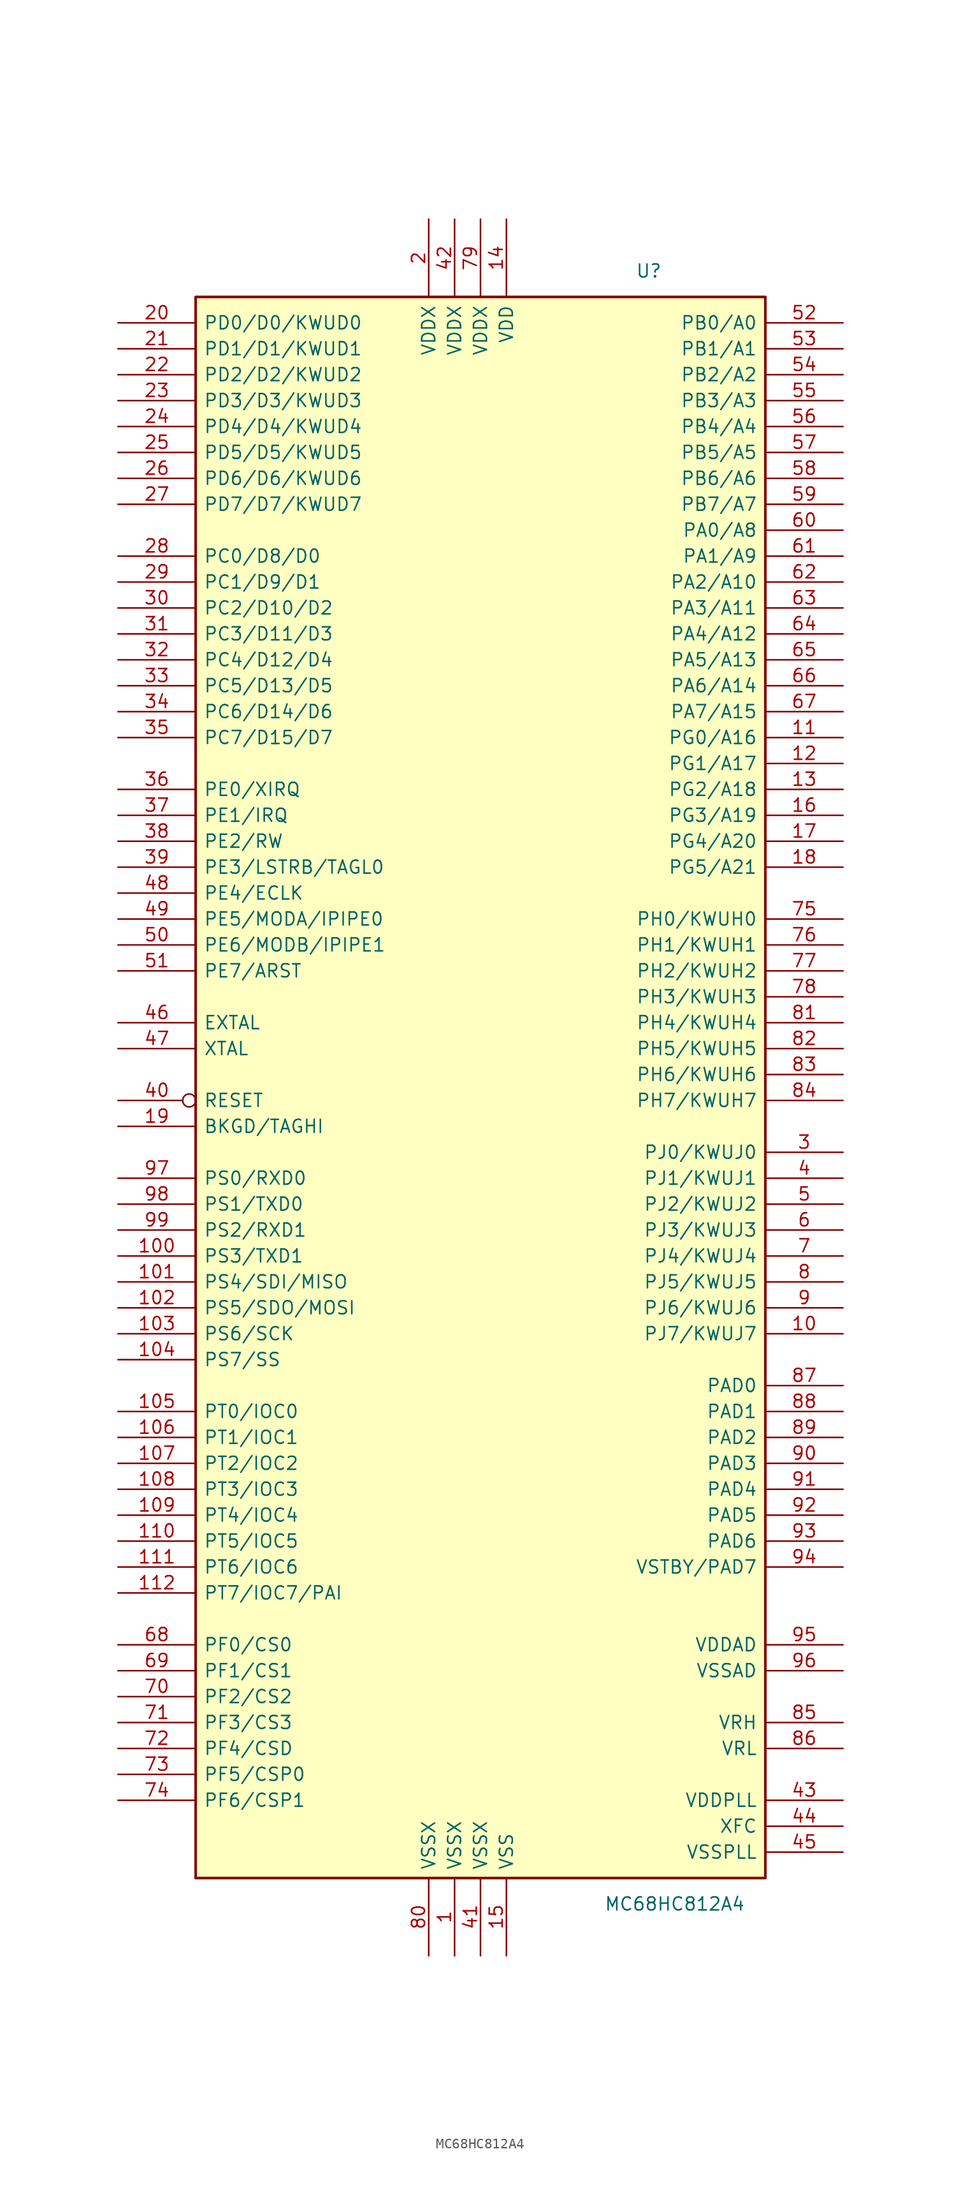
<source format=kicad_sym>
(kicad_symbol_lib
  (version 20201005)
  (generator kicad_symbol_editor)
  (symbol "MC68HC812A4"
    (pin_names
      (offset 0.762))
    (property "Reference" "U"
      (at 16.51 86.36 0)
      (effects (font (size 1.27 1.27))))
    (property "Value" "MC68HC812A4"
      (at 19.05 -73.66 0)
      (effects (font (size 1.27 1.27))))
    (symbol "MC68HC812A4_0_1"
      (rectangle (start -27.94 83.82) (end 27.94 -71.12) (stroke (width 0.254)) (fill (type background))))
    (symbol "MC68HC812A4_1_1"
      (pin power_in line (at -2.54 -78.74 90) (length 7.62) (name "VSSX" (effects (font (size 1.27 1.27)))) (number "1" (effects (font (size 1.27 1.27)))))
      (pin bidirectional line (at 35.56 -17.78 180) (length 7.62) (name "PJ7/KWUJ7" (effects (font (size 1.27 1.27)))) (number "10" (effects (font (size 1.27 1.27)))))
      (pin bidirectional line (at -35.56 -10.16 0) (length 7.62) (name "PS3/TXD1" (effects (font (size 1.27 1.27)))) (number "100" (effects (font (size 1.27 1.27)))))
      (pin bidirectional line (at -35.56 -12.7 0) (length 7.62) (name "PS4/SDI/MISO" (effects (font (size 1.27 1.27)))) (number "101" (effects (font (size 1.27 1.27)))))
      (pin bidirectional line (at -35.56 -15.24 0) (length 7.62) (name "PS5/SDO/MOSI" (effects (font (size 1.27 1.27)))) (number "102" (effects (font (size 1.27 1.27)))))
      (pin bidirectional line (at -35.56 -17.78 0) (length 7.62) (name "PS6/SCK" (effects (font (size 1.27 1.27)))) (number "103" (effects (font (size 1.27 1.27)))))
      (pin bidirectional line (at -35.56 -20.32 0) (length 7.62) (name "PS7/SS" (effects (font (size 1.27 1.27)))) (number "104" (effects (font (size 1.27 1.27)))))
      (pin bidirectional line (at -35.56 -25.4 0) (length 7.62) (name "PT0/IOC0" (effects (font (size 1.27 1.27)))) (number "105" (effects (font (size 1.27 1.27)))))
      (pin bidirectional line (at -35.56 -27.94 0) (length 7.62) (name "PT1/IOC1" (effects (font (size 1.27 1.27)))) (number "106" (effects (font (size 1.27 1.27)))))
      (pin bidirectional line (at -35.56 -30.48 0) (length 7.62) (name "PT2/IOC2" (effects (font (size 1.27 1.27)))) (number "107" (effects (font (size 1.27 1.27)))))
      (pin bidirectional line (at -35.56 -33.02 0) (length 7.62) (name "PT3/IOC3" (effects (font (size 1.27 1.27)))) (number "108" (effects (font (size 1.27 1.27)))))
      (pin bidirectional line (at -35.56 -35.56 0) (length 7.62) (name "PT4/IOC4" (effects (font (size 1.27 1.27)))) (number "109" (effects (font (size 1.27 1.27)))))
      (pin bidirectional line (at 35.56 40.64 180) (length 7.62) (name "PG0/A16" (effects (font (size 1.27 1.27)))) (number "11" (effects (font (size 1.27 1.27)))))
      (pin bidirectional line (at -35.56 -38.1 0) (length 7.62) (name "PT5/IOC5" (effects (font (size 1.27 1.27)))) (number "110" (effects (font (size 1.27 1.27)))))
      (pin bidirectional line (at -35.56 -40.64 0) (length 7.62) (name "PT6/IOC6" (effects (font (size 1.27 1.27)))) (number "111" (effects (font (size 1.27 1.27)))))
      (pin bidirectional line (at -35.56 -43.18 0) (length 7.62) (name "PT7/IOC7/PAI" (effects (font (size 1.27 1.27)))) (number "112" (effects (font (size 1.27 1.27)))))
      (pin bidirectional line (at 35.56 38.1 180) (length 7.62) (name "PG1/A17" (effects (font (size 1.27 1.27)))) (number "12" (effects (font (size 1.27 1.27)))))
      (pin bidirectional line (at 35.56 35.56 180) (length 7.62) (name "PG2/A18" (effects (font (size 1.27 1.27)))) (number "13" (effects (font (size 1.27 1.27)))))
      (pin power_in line (at 2.54 91.44 270) (length 7.62) (name "VDD" (effects (font (size 1.27 1.27)))) (number "14" (effects (font (size 1.27 1.27)))))
      (pin power_in line (at 2.54 -78.74 90) (length 7.62) (name "VSS" (effects (font (size 1.27 1.27)))) (number "15" (effects (font (size 1.27 1.27)))))
      (pin bidirectional line (at 35.56 33.02 180) (length 7.62) (name "PG3/A19" (effects (font (size 1.27 1.27)))) (number "16" (effects (font (size 1.27 1.27)))))
      (pin bidirectional line (at 35.56 30.48 180) (length 7.62) (name "PG4/A20" (effects (font (size 1.27 1.27)))) (number "17" (effects (font (size 1.27 1.27)))))
      (pin bidirectional line (at 35.56 27.94 180) (length 7.62) (name "PG5/A21" (effects (font (size 1.27 1.27)))) (number "18" (effects (font (size 1.27 1.27)))))
      (pin bidirectional line (at -35.56 2.54 0) (length 7.62) (name "BKGD/TAGHI" (effects (font (size 1.27 1.27)))) (number "19" (effects (font (size 1.27 1.27)))))
      (pin power_in line (at -5.08 91.44 270) (length 7.62) (name "VDDX" (effects (font (size 1.27 1.27)))) (number "2" (effects (font (size 1.27 1.27)))))
      (pin bidirectional line (at -35.56 81.28 0) (length 7.62) (name "PD0/D0/KWUD0" (effects (font (size 1.27 1.27)))) (number "20" (effects (font (size 1.27 1.27)))))
      (pin bidirectional line (at -35.56 78.74 0) (length 7.62) (name "PD1/D1/KWUD1" (effects (font (size 1.27 1.27)))) (number "21" (effects (font (size 1.27 1.27)))))
      (pin bidirectional line (at -35.56 76.2 0) (length 7.62) (name "PD2/D2/KWUD2" (effects (font (size 1.27 1.27)))) (number "22" (effects (font (size 1.27 1.27)))))
      (pin bidirectional line (at -35.56 73.66 0) (length 7.62) (name "PD3/D3/KWUD3" (effects (font (size 1.27 1.27)))) (number "23" (effects (font (size 1.27 1.27)))))
      (pin bidirectional line (at -35.56 71.12 0) (length 7.62) (name "PD4/D4/KWUD4" (effects (font (size 1.27 1.27)))) (number "24" (effects (font (size 1.27 1.27)))))
      (pin bidirectional line (at -35.56 68.58 0) (length 7.62) (name "PD5/D5/KWUD5" (effects (font (size 1.27 1.27)))) (number "25" (effects (font (size 1.27 1.27)))))
      (pin bidirectional line (at -35.56 66.04 0) (length 7.62) (name "PD6/D6/KWUD6" (effects (font (size 1.27 1.27)))) (number "26" (effects (font (size 1.27 1.27)))))
      (pin bidirectional line (at -35.56 63.5 0) (length 7.62) (name "PD7/D7/KWUD7" (effects (font (size 1.27 1.27)))) (number "27" (effects (font (size 1.27 1.27)))))
      (pin bidirectional line (at -35.56 58.42 0) (length 7.62) (name "PC0/D8/D0" (effects (font (size 1.27 1.27)))) (number "28" (effects (font (size 1.27 1.27)))))
      (pin bidirectional line (at -35.56 55.88 0) (length 7.62) (name "PC1/D9/D1" (effects (font (size 1.27 1.27)))) (number "29" (effects (font (size 1.27 1.27)))))
      (pin bidirectional line (at 35.56 0 180) (length 7.62) (name "PJ0/KWUJ0" (effects (font (size 1.27 1.27)))) (number "3" (effects (font (size 1.27 1.27)))))
      (pin bidirectional line (at -35.56 53.34 0) (length 7.62) (name "PC2/D10/D2" (effects (font (size 1.27 1.27)))) (number "30" (effects (font (size 1.27 1.27)))))
      (pin bidirectional line (at -35.56 50.8 0) (length 7.62) (name "PC3/D11/D3" (effects (font (size 1.27 1.27)))) (number "31" (effects (font (size 1.27 1.27)))))
      (pin bidirectional line (at -35.56 48.26 0) (length 7.62) (name "PC4/D12/D4" (effects (font (size 1.27 1.27)))) (number "32" (effects (font (size 1.27 1.27)))))
      (pin bidirectional line (at -35.56 45.72 0) (length 7.62) (name "PC5/D13/D5" (effects (font (size 1.27 1.27)))) (number "33" (effects (font (size 1.27 1.27)))))
      (pin bidirectional line (at -35.56 43.18 0) (length 7.62) (name "PC6/D14/D6" (effects (font (size 1.27 1.27)))) (number "34" (effects (font (size 1.27 1.27)))))
      (pin bidirectional line (at -35.56 40.64 0) (length 7.62) (name "PC7/D15/D7" (effects (font (size 1.27 1.27)))) (number "35" (effects (font (size 1.27 1.27)))))
      (pin input line (at -35.56 35.56 0) (length 7.62) (name "PE0/XIRQ" (effects (font (size 1.27 1.27)))) (number "36" (effects (font (size 1.27 1.27)))))
      (pin input line (at -35.56 33.02 0) (length 7.62) (name "PE1/IRQ" (effects (font (size 1.27 1.27)))) (number "37" (effects (font (size 1.27 1.27)))))
      (pin bidirectional line (at -35.56 30.48 0) (length 7.62) (name "PE2/RW" (effects (font (size 1.27 1.27)))) (number "38" (effects (font (size 1.27 1.27)))))
      (pin bidirectional line (at -35.56 27.94 0) (length 7.62) (name "PE3/LSTRB/TAGL0" (effects (font (size 1.27 1.27)))) (number "39" (effects (font (size 1.27 1.27)))))
      (pin bidirectional line (at 35.56 -2.54 180) (length 7.62) (name "PJ1/KWUJ1" (effects (font (size 1.27 1.27)))) (number "4" (effects (font (size 1.27 1.27)))))
      (pin bidirectional inverted (at -35.56 5.08 0) (length 7.62) (name "RESET" (effects (font (size 1.27 1.27)))) (number "40" (effects (font (size 1.27 1.27)))))
      (pin power_in line (at 0 -78.74 90) (length 7.62) (name "VSSX" (effects (font (size 1.27 1.27)))) (number "41" (effects (font (size 1.27 1.27)))))
      (pin power_in line (at -2.54 91.44 270) (length 7.62) (name "VDDX" (effects (font (size 1.27 1.27)))) (number "42" (effects (font (size 1.27 1.27)))))
      (pin input line (at 35.56 -63.5 180) (length 7.62) (name "VDDPLL" (effects (font (size 1.27 1.27)))) (number "43" (effects (font (size 1.27 1.27)))))
      (pin passive line (at 35.56 -66.04 180) (length 7.62) (name "XFC" (effects (font (size 1.27 1.27)))) (number "44" (effects (font (size 1.27 1.27)))))
      (pin input line (at 35.56 -68.58 180) (length 7.62) (name "VSSPLL" (effects (font (size 1.27 1.27)))) (number "45" (effects (font (size 1.27 1.27)))))
      (pin input line (at -35.56 12.7 0) (length 7.62) (name "EXTAL" (effects (font (size 1.27 1.27)))) (number "46" (effects (font (size 1.27 1.27)))))
      (pin output line (at -35.56 10.16 0) (length 7.62) (name "XTAL" (effects (font (size 1.27 1.27)))) (number "47" (effects (font (size 1.27 1.27)))))
      (pin bidirectional line (at -35.56 25.4 0) (length 7.62) (name "PE4/ECLK" (effects (font (size 1.27 1.27)))) (number "48" (effects (font (size 1.27 1.27)))))
      (pin bidirectional line (at -35.56 22.86 0) (length 7.62) (name "PE5/MODA/IPIPE0" (effects (font (size 1.27 1.27)))) (number "49" (effects (font (size 1.27 1.27)))))
      (pin bidirectional line (at 35.56 -5.08 180) (length 7.62) (name "PJ2/KWUJ2" (effects (font (size 1.27 1.27)))) (number "5" (effects (font (size 1.27 1.27)))))
      (pin bidirectional line (at -35.56 20.32 0) (length 7.62) (name "PE6/MODB/IPIPE1" (effects (font (size 1.27 1.27)))) (number "50" (effects (font (size 1.27 1.27)))))
      (pin bidirectional line (at -35.56 17.78 0) (length 7.62) (name "PE7/ARST" (effects (font (size 1.27 1.27)))) (number "51" (effects (font (size 1.27 1.27)))))
      (pin bidirectional line (at 35.56 81.28 180) (length 7.62) (name "PB0/A0" (effects (font (size 1.27 1.27)))) (number "52" (effects (font (size 1.27 1.27)))))
      (pin bidirectional line (at 35.56 78.74 180) (length 7.62) (name "PB1/A1" (effects (font (size 1.27 1.27)))) (number "53" (effects (font (size 1.27 1.27)))))
      (pin bidirectional line (at 35.56 76.2 180) (length 7.62) (name "PB2/A2" (effects (font (size 1.27 1.27)))) (number "54" (effects (font (size 1.27 1.27)))))
      (pin bidirectional line (at 35.56 73.66 180) (length 7.62) (name "PB3/A3" (effects (font (size 1.27 1.27)))) (number "55" (effects (font (size 1.27 1.27)))))
      (pin bidirectional line (at 35.56 71.12 180) (length 7.62) (name "PB4/A4" (effects (font (size 1.27 1.27)))) (number "56" (effects (font (size 1.27 1.27)))))
      (pin bidirectional line (at 35.56 68.58 180) (length 7.62) (name "PB5/A5" (effects (font (size 1.27 1.27)))) (number "57" (effects (font (size 1.27 1.27)))))
      (pin bidirectional line (at 35.56 66.04 180) (length 7.62) (name "PB6/A6" (effects (font (size 1.27 1.27)))) (number "58" (effects (font (size 1.27 1.27)))))
      (pin bidirectional line (at 35.56 63.5 180) (length 7.62) (name "PB7/A7" (effects (font (size 1.27 1.27)))) (number "59" (effects (font (size 1.27 1.27)))))
      (pin bidirectional line (at 35.56 -7.62 180) (length 7.62) (name "PJ3/KWUJ3" (effects (font (size 1.27 1.27)))) (number "6" (effects (font (size 1.27 1.27)))))
      (pin bidirectional line (at 35.56 60.96 180) (length 7.62) (name "PA0/A8" (effects (font (size 1.27 1.27)))) (number "60" (effects (font (size 1.27 1.27)))))
      (pin bidirectional line (at 35.56 58.42 180) (length 7.62) (name "PA1/A9" (effects (font (size 1.27 1.27)))) (number "61" (effects (font (size 1.27 1.27)))))
      (pin bidirectional line (at 35.56 55.88 180) (length 7.62) (name "PA2/A10" (effects (font (size 1.27 1.27)))) (number "62" (effects (font (size 1.27 1.27)))))
      (pin bidirectional line (at 35.56 53.34 180) (length 7.62) (name "PA3/A11" (effects (font (size 1.27 1.27)))) (number "63" (effects (font (size 1.27 1.27)))))
      (pin bidirectional line (at 35.56 50.8 180) (length 7.62) (name "PA4/A12" (effects (font (size 1.27 1.27)))) (number "64" (effects (font (size 1.27 1.27)))))
      (pin bidirectional line (at 35.56 48.26 180) (length 7.62) (name "PA5/A13" (effects (font (size 1.27 1.27)))) (number "65" (effects (font (size 1.27 1.27)))))
      (pin bidirectional line (at 35.56 45.72 180) (length 7.62) (name "PA6/A14" (effects (font (size 1.27 1.27)))) (number "66" (effects (font (size 1.27 1.27)))))
      (pin bidirectional line (at 35.56 43.18 180) (length 7.62) (name "PA7/A15" (effects (font (size 1.27 1.27)))) (number "67" (effects (font (size 1.27 1.27)))))
      (pin bidirectional line (at -35.56 -48.26 0) (length 7.62) (name "PF0/CS0" (effects (font (size 1.27 1.27)))) (number "68" (effects (font (size 1.27 1.27)))))
      (pin bidirectional line (at -35.56 -50.8 0) (length 7.62) (name "PF1/CS1" (effects (font (size 1.27 1.27)))) (number "69" (effects (font (size 1.27 1.27)))))
      (pin bidirectional line (at 35.56 -10.16 180) (length 7.62) (name "PJ4/KWUJ4" (effects (font (size 1.27 1.27)))) (number "7" (effects (font (size 1.27 1.27)))))
      (pin bidirectional line (at -35.56 -53.34 0) (length 7.62) (name "PF2/CS2" (effects (font (size 1.27 1.27)))) (number "70" (effects (font (size 1.27 1.27)))))
      (pin bidirectional line (at -35.56 -55.88 0) (length 7.62) (name "PF3/CS3" (effects (font (size 1.27 1.27)))) (number "71" (effects (font (size 1.27 1.27)))))
      (pin bidirectional line (at -35.56 -58.42 0) (length 7.62) (name "PF4/CSD" (effects (font (size 1.27 1.27)))) (number "72" (effects (font (size 1.27 1.27)))))
      (pin bidirectional line (at -35.56 -60.96 0) (length 7.62) (name "PF5/CSP0" (effects (font (size 1.27 1.27)))) (number "73" (effects (font (size 1.27 1.27)))))
      (pin bidirectional line (at -35.56 -63.5 0) (length 7.62) (name "PF6/CSP1" (effects (font (size 1.27 1.27)))) (number "74" (effects (font (size 1.27 1.27)))))
      (pin bidirectional line (at 35.56 22.86 180) (length 7.62) (name "PH0/KWUH0" (effects (font (size 1.27 1.27)))) (number "75" (effects (font (size 1.27 1.27)))))
      (pin bidirectional line (at 35.56 20.32 180) (length 7.62) (name "PH1/KWUH1" (effects (font (size 1.27 1.27)))) (number "76" (effects (font (size 1.27 1.27)))))
      (pin bidirectional line (at 35.56 17.78 180) (length 7.62) (name "PH2/KWUH2" (effects (font (size 1.27 1.27)))) (number "77" (effects (font (size 1.27 1.27)))))
      (pin bidirectional line (at 35.56 15.24 180) (length 7.62) (name "PH3/KWUH3" (effects (font (size 1.27 1.27)))) (number "78" (effects (font (size 1.27 1.27)))))
      (pin power_in line (at 0 91.44 270) (length 7.62) (name "VDDX" (effects (font (size 1.27 1.27)))) (number "79" (effects (font (size 1.27 1.27)))))
      (pin bidirectional line (at 35.56 -12.7 180) (length 7.62) (name "PJ5/KWUJ5" (effects (font (size 1.27 1.27)))) (number "8" (effects (font (size 1.27 1.27)))))
      (pin power_in line (at -5.08 -78.74 90) (length 7.62) (name "VSSX" (effects (font (size 1.27 1.27)))) (number "80" (effects (font (size 1.27 1.27)))))
      (pin bidirectional line (at 35.56 12.7 180) (length 7.62) (name "PH4/KWUH4" (effects (font (size 1.27 1.27)))) (number "81" (effects (font (size 1.27 1.27)))))
      (pin bidirectional line (at 35.56 10.16 180) (length 7.62) (name "PH5/KWUH5" (effects (font (size 1.27 1.27)))) (number "82" (effects (font (size 1.27 1.27)))))
      (pin bidirectional line (at 35.56 7.62 180) (length 7.62) (name "PH6/KWUH6" (effects (font (size 1.27 1.27)))) (number "83" (effects (font (size 1.27 1.27)))))
      (pin bidirectional line (at 35.56 5.08 180) (length 7.62) (name "PH7/KWUH7" (effects (font (size 1.27 1.27)))) (number "84" (effects (font (size 1.27 1.27)))))
      (pin input line (at 35.56 -55.88 180) (length 7.62) (name "VRH" (effects (font (size 1.27 1.27)))) (number "85" (effects (font (size 1.27 1.27)))))
      (pin input line (at 35.56 -58.42 180) (length 7.62) (name "VRL" (effects (font (size 1.27 1.27)))) (number "86" (effects (font (size 1.27 1.27)))))
      (pin input line (at 35.56 -22.86 180) (length 7.62) (name "PAD0" (effects (font (size 1.27 1.27)))) (number "87" (effects (font (size 1.27 1.27)))))
      (pin input line (at 35.56 -25.4 180) (length 7.62) (name "PAD1" (effects (font (size 1.27 1.27)))) (number "88" (effects (font (size 1.27 1.27)))))
      (pin input line (at 35.56 -27.94 180) (length 7.62) (name "PAD2" (effects (font (size 1.27 1.27)))) (number "89" (effects (font (size 1.27 1.27)))))
      (pin bidirectional line (at 35.56 -15.24 180) (length 7.62) (name "PJ6/KWUJ6" (effects (font (size 1.27 1.27)))) (number "9" (effects (font (size 1.27 1.27)))))
      (pin input line (at 35.56 -30.48 180) (length 7.62) (name "PAD3" (effects (font (size 1.27 1.27)))) (number "90" (effects (font (size 1.27 1.27)))))
      (pin input line (at 35.56 -33.02 180) (length 7.62) (name "PAD4" (effects (font (size 1.27 1.27)))) (number "91" (effects (font (size 1.27 1.27)))))
      (pin input line (at 35.56 -35.56 180) (length 7.62) (name "PAD5" (effects (font (size 1.27 1.27)))) (number "92" (effects (font (size 1.27 1.27)))))
      (pin input line (at 35.56 -38.1 180) (length 7.62) (name "PAD6" (effects (font (size 1.27 1.27)))) (number "93" (effects (font (size 1.27 1.27)))))
      (pin input line (at 35.56 -40.64 180) (length 7.62) (name "VSTBY/PAD7" (effects (font (size 1.27 1.27)))) (number "94" (effects (font (size 1.27 1.27)))))
      (pin input line (at 35.56 -48.26 180) (length 7.62) (name "VDDAD" (effects (font (size 1.27 1.27)))) (number "95" (effects (font (size 1.27 1.27)))))
      (pin input line (at 35.56 -50.8 180) (length 7.62) (name "VSSAD" (effects (font (size 1.27 1.27)))) (number "96" (effects (font (size 1.27 1.27)))))
      (pin bidirectional line (at -35.56 -2.54 0) (length 7.62) (name "PS0/RXD0" (effects (font (size 1.27 1.27)))) (number "97" (effects (font (size 1.27 1.27)))))
      (pin bidirectional line (at -35.56 -5.08 0) (length 7.62) (name "PS1/TXD0" (effects (font (size 1.27 1.27)))) (number "98" (effects (font (size 1.27 1.27)))))
      (pin bidirectional line (at -35.56 -7.62 0) (length 7.62) (name "PS2/RXD1" (effects (font (size 1.27 1.27)))) (number "99" (effects (font (size 1.27 1.27))))))))
</source>
